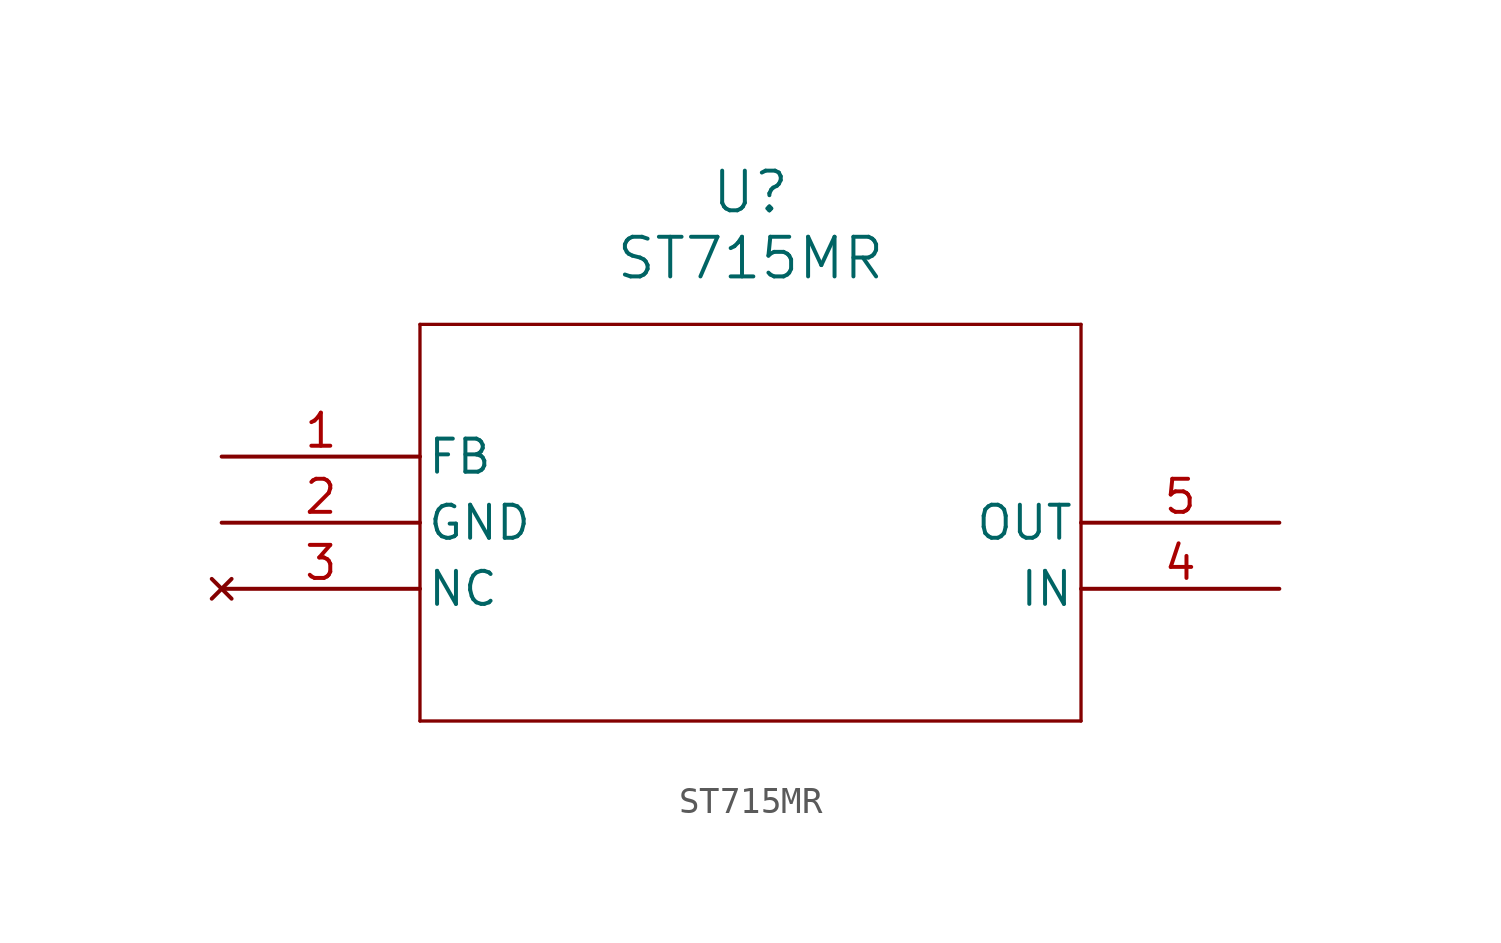
<source format=kicad_sym>
(kicad_symbol_lib
  (version 20220914)
  (generator kicad_symbol_editor)
  (symbol "ST715MR"
    (pin_names
      (offset 0.254))
    (property "Reference" "U"
      (at 20.32 10.16 0)
      (effects (font (size 1.524 1.524))))
    (property "Value" "ST715MR"
      (at 20.32 7.62 0)
      (effects (font (size 1.524 1.524))))
    (property "ki_locked" ""
      (at 0 0 0)
      (effects (font (size 1.27 1.27))))
    (symbol "ST715MR_0_1"
      (polyline (pts (xy 7.62 -10.16) (xy 33.02 -10.16)) (stroke (width 0.127) (type default)) (fill (type none)))
      (polyline (pts (xy 7.62 5.08) (xy 7.62 -10.16)) (stroke (width 0.127) (type default)) (fill (type none)))
      (polyline (pts (xy 33.02 -10.16) (xy 33.02 5.08)) (stroke (width 0.127) (type default)) (fill (type none)))
      (polyline (pts (xy 33.02 5.08) (xy 7.62 5.08)) (stroke (width 0.127) (type default)) (fill (type none)))
      (pin power_out line (at 0 -2.54 0) (length 7.62) (name "GND" (effects (font (size 1.27 1.27)))) (number "2" (effects (font (size 1.27 1.27)))))
      (pin no_connect line (at 0 -5.08 0) (length 7.62) (name "NC" (effects (font (size 1.27 1.27)))) (number "3" (effects (font (size 1.27 1.27))))))
    (symbol "ST715MR_1_1"
      (pin input line (at 0 0 0) (length 7.62) (name "FB" (effects (font (size 1.27 1.27)))) (number "1" (effects (font (size 1.27 1.27)))))
      (pin power_in line (at 40.64 -5.08 180) (length 7.62) (name "IN" (effects (font (size 1.27 1.27)))) (number "4" (effects (font (size 1.27 1.27)))))
      (pin power_out line (at 40.64 -2.54 180) (length 7.62) (name "OUT" (effects (font (size 1.27 1.27)))) (number "5" (effects (font (size 1.27 1.27))))))))
</source>
